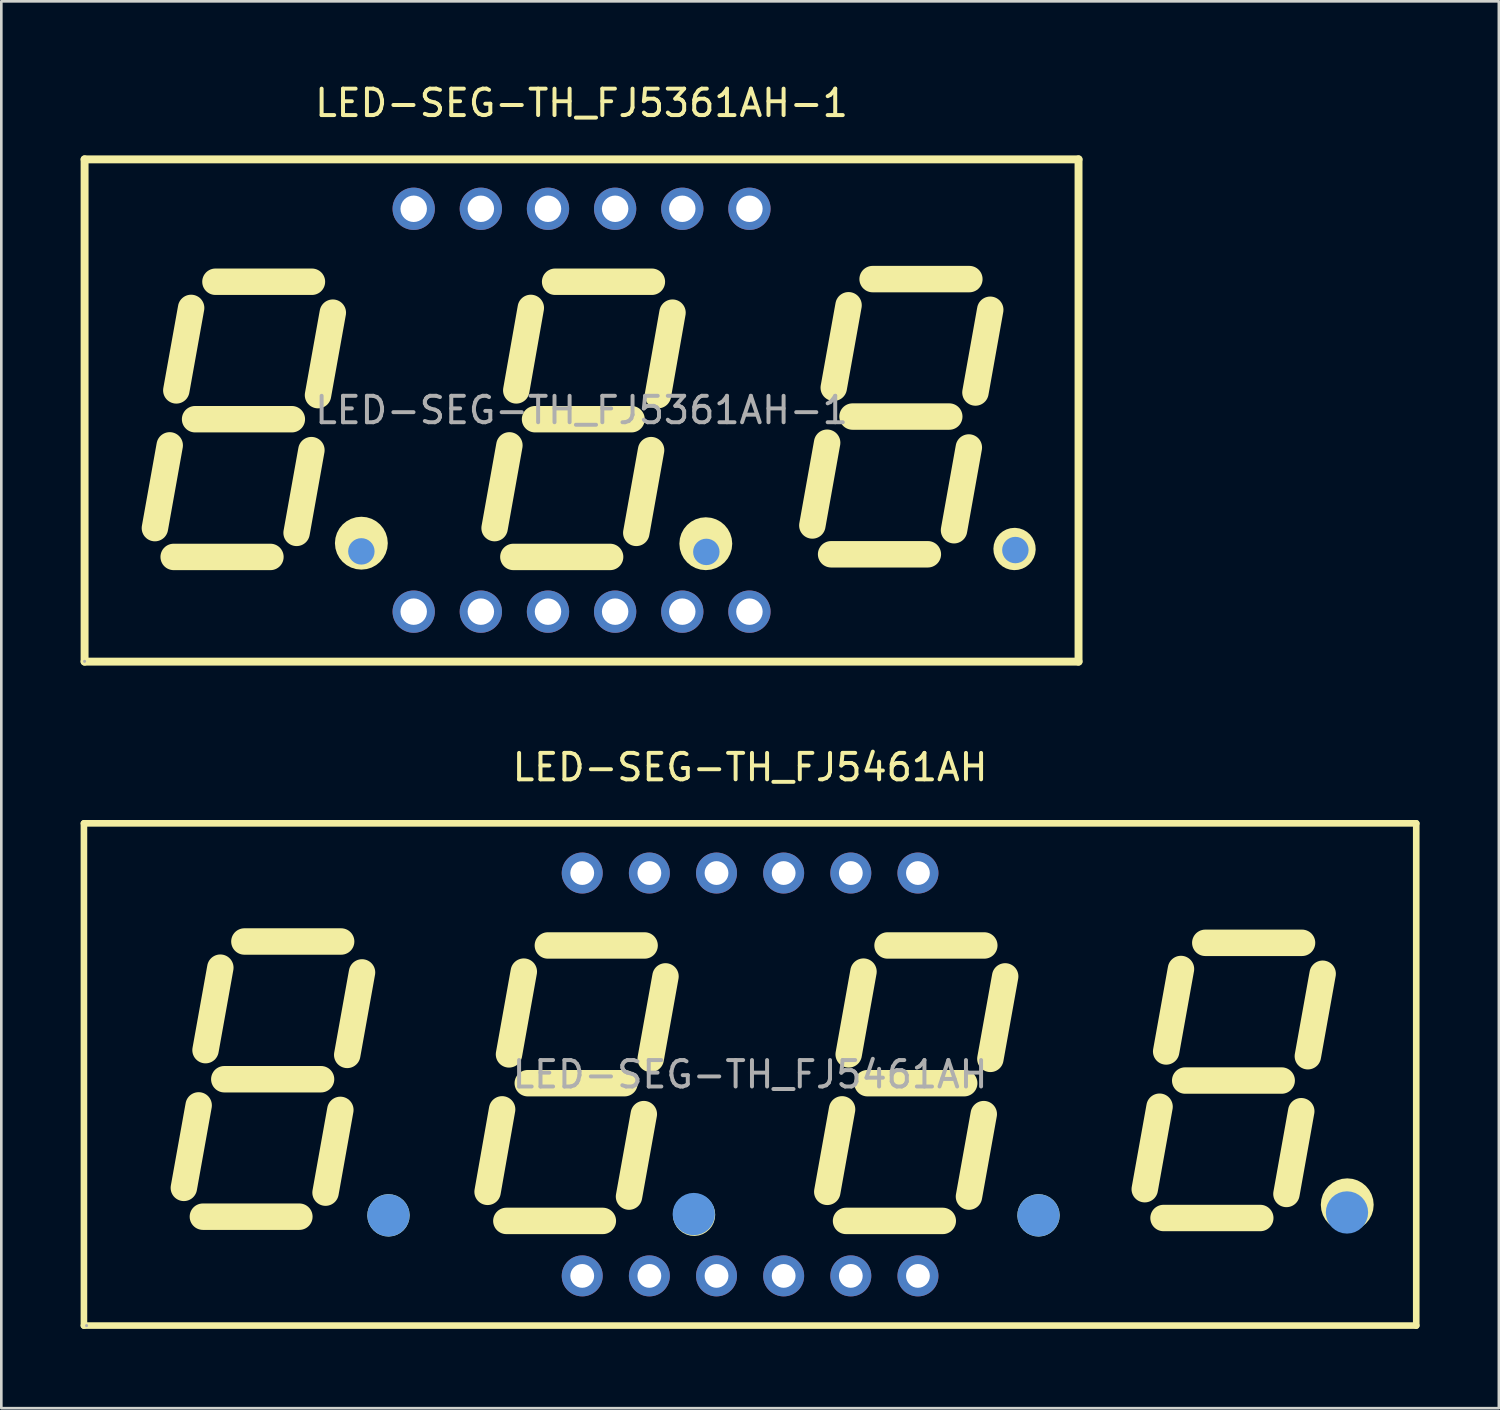
<source format=kicad_pcb>
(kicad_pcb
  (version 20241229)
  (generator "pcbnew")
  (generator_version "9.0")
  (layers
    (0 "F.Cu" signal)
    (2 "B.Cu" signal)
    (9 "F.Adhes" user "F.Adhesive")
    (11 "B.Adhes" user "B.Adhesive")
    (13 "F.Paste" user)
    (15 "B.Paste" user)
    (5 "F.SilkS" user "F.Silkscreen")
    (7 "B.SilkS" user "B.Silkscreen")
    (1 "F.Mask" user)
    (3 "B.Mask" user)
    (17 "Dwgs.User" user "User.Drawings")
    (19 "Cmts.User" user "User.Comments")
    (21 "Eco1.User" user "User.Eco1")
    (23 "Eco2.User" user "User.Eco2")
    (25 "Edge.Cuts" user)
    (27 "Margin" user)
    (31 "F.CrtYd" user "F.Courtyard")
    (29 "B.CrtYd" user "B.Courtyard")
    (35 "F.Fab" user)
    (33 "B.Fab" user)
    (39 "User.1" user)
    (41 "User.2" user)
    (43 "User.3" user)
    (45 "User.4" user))
  (footprint "LED-SEG-TH_FJ5361AH-1"
    (layer "F.Cu")
    (at 18.95 12.468)
    (property "Reference" "LED-SEG-TH_FJ5361AH-1" (at 0 -11.62 0) (layer "F.SilkS") (effects (font (size 1 1) (thickness 0.15))))
    (attr through_hole)
    (fp_line (start -18.8 -9.49) (end -18.8 9.51) (stroke (width 0.3) (type solid)) (layer "F.SilkS"))
    (fp_line (start -18.8 9.51) (end 18.8 9.51) (stroke (width 0.3) (type solid)) (layer "F.SilkS"))
    (fp_line (start -16.14 4.46) (end -15.58 1.33) (stroke (width 1) (type solid)) (layer "F.SilkS"))
    (fp_line (start -15.33 -0.75) (end -14.77 -3.87) (stroke (width 1) (type solid)) (layer "F.SilkS"))
    (fp_line (start -11.77 5.55) (end -15.43 5.55) (stroke (width 1) (type solid)) (layer "F.SilkS"))
    (fp_line (start -10.96 0.34) (end -14.62 0.34) (stroke (width 1) (type solid)) (layer "F.SilkS"))
    (fp_line (start -10.78 4.64) (end -10.22 1.51) (stroke (width 1) (type solid)) (layer "F.SilkS"))
    (fp_line (start -10.2 -4.86) (end -13.85 -4.86) (stroke (width 1) (type solid)) (layer "F.SilkS"))
    (fp_line (start -9.97 -0.57) (end -9.41 -3.69) (stroke (width 1) (type solid)) (layer "F.SilkS"))
    (fp_line (start -3.29 4.46) (end -2.73 1.33) (stroke (width 1) (type solid)) (layer "F.SilkS"))
    (fp_line (start -2.47 -0.75) (end -1.92 -3.87) (stroke (width 1) (type solid)) (layer "F.SilkS"))
    (fp_line (start 1.08 5.55) (end -2.58 5.55) (stroke (width 1) (type solid)) (layer "F.SilkS"))
    (fp_line (start 1.89 0.34) (end -1.76 0.34) (stroke (width 1) (type solid)) (layer "F.SilkS"))
    (fp_line (start 2.07 4.64) (end 2.63 1.51) (stroke (width 1) (type solid)) (layer "F.SilkS"))
    (fp_line (start 2.66 -4.86) (end -1 -4.86) (stroke (width 1) (type solid)) (layer "F.SilkS"))
    (fp_line (start 2.89 -0.57) (end 3.44 -3.69) (stroke (width 1) (type solid)) (layer "F.SilkS"))
    (fp_line (start 8.73 4.36) (end 9.29 1.23) (stroke (width 1) (type solid)) (layer "F.SilkS"))
    (fp_line (start 9.54 -0.85) (end 10.1 -3.97) (stroke (width 1) (type solid)) (layer "F.SilkS"))
    (fp_line (start 13.1 5.45) (end 9.44 5.45) (stroke (width 1) (type solid)) (layer "F.SilkS"))
    (fp_line (start 13.91 0.24) (end 10.25 0.24) (stroke (width 1) (type solid)) (layer "F.SilkS"))
    (fp_line (start 14.09 4.54) (end 14.65 1.41) (stroke (width 1) (type solid)) (layer "F.SilkS"))
    (fp_line (start 14.67 -4.96) (end 11.01 -4.96) (stroke (width 1) (type solid)) (layer "F.SilkS"))
    (fp_line (start 14.9 -0.67) (end 15.46 -3.8) (stroke (width 1) (type solid)) (layer "F.SilkS"))
    (fp_line (start 18.8 -9.49) (end -18.8 -9.49) (stroke (width 0.3) (type solid)) (layer "F.SilkS"))
    (fp_line (start 18.8 9.51) (end 18.8 -9.49) (stroke (width 0.3) (type solid)) (layer "F.SilkS"))
    (fp_arc (start -8.33 5.03) (mid -8.33 5.03) (end -8.33 5.03) (stroke (width 1) (type solid)) (layer "F.SilkS"))
    (fp_arc (start 4.7 5.05) (mid 4.7 5.05) (end 4.7 5.05) (stroke (width 1) (type solid)) (layer "F.SilkS"))
    (fp_arc (start 16.39 4.95) (mid 16.375001 5.550125) (end 16.379996 4.949833) (stroke (width 1) (type solid)) (layer "F.SilkS"))
    (fp_circle (center -8.33 5.34) (end -8.08 5.34) (stroke (width 0.5) (type solid)) (fill no) (layer "Cmts.User"))
    (fp_circle (center 4.72 5.36) (end 4.97 5.36) (stroke (width 0.5) (type solid)) (fill no) (layer "Cmts.User"))
    (fp_circle (center 16.41 5.29) (end 16.66 5.29) (stroke (width 0.5) (type solid)) (fill no) (layer "Cmts.User"))
    (fp_circle (center -18.8 9.5) (end -18.77 9.5) (stroke (width 0.06) (type solid)) (fill no) (layer "F.Fab"))
    (fp_circle (center -6.35 -7.62) (end -6.22 -7.62) (stroke (width 0.25) (type solid)) (fill no) (layer "F.Fab"))
    (fp_circle (center -6.35 7.62) (end -6.22 7.62) (stroke (width 0.25) (type solid)) (fill no) (layer "F.Fab"))
    (fp_circle (center -3.81 -7.62) (end -3.68 -7.62) (stroke (width 0.25) (type solid)) (fill no) (layer "F.Fab"))
    (fp_circle (center -3.81 7.62) (end -3.68 7.62) (stroke (width 0.25) (type solid)) (fill no) (layer "F.Fab"))
    (fp_circle (center -1.27 -7.62) (end -1.14 -7.62) (stroke (width 0.25) (type solid)) (fill no) (layer "F.Fab"))
    (fp_circle (center -1.27 7.62) (end -1.14 7.62) (stroke (width 0.25) (type solid)) (fill no) (layer "F.Fab"))
    (fp_circle (center 1.27 -7.62) (end 1.4 -7.62) (stroke (width 0.25) (type solid)) (fill no) (layer "F.Fab"))
    (fp_circle (center 1.27 7.62) (end 1.4 7.62) (stroke (width 0.25) (type solid)) (fill no) (layer "F.Fab"))
    (fp_circle (center 3.81 -7.62) (end 3.94 -7.62) (stroke (width 0.25) (type solid)) (fill no) (layer "F.Fab"))
    (fp_circle (center 3.81 7.62) (end 3.94 7.62) (stroke (width 0.25) (type solid)) (fill no) (layer "F.Fab"))
    (fp_circle (center 6.35 -7.62) (end 6.48 -7.62) (stroke (width 0.25) (type solid)) (fill no) (layer "F.Fab"))
    (fp_circle (center 6.35 7.62) (end 6.48 7.62) (stroke (width 0.25) (type solid)) (fill no) (layer "F.Fab"))
    (fp_text user "${REFERENCE}" (at 0 0 0) (layer "F.Fab") (effects (font (size 1 1) (thickness 0.15))))
    (pad "1" thru_hole circle (at -6.35 7.62 270) (size 1.6 1.6) (drill 1) (layers "*.Cu" "*.Paste" "*.Mask"))
    (pad "2" thru_hole circle (at -3.81 7.62 270) (size 1.6 1.6) (drill 1) (layers "*.Cu" "*.Paste" "*.Mask"))
    (pad "3" thru_hole circle (at -1.27 7.62 270) (size 1.6 1.6) (drill 1) (layers "*.Cu" "*.Paste" "*.Mask"))
    (pad "4" thru_hole circle (at 1.27 7.62 270) (size 1.6 1.6) (drill 1) (layers "*.Cu" "*.Paste" "*.Mask"))
    (pad "5" thru_hole circle (at 3.81 7.62 270) (size 1.6 1.6) (drill 1) (layers "*.Cu" "*.Paste" "*.Mask"))
    (pad "6" thru_hole circle (at 6.35 7.62 270) (size 1.6 1.6) (drill 1) (layers "*.Cu" "*.Paste" "*.Mask"))
    (pad "7" thru_hole circle (at 6.35 -7.62 270) (size 1.6 1.6) (drill 1) (layers "*.Cu" "*.Paste" "*.Mask"))
    (pad "8" thru_hole circle (at 3.81 -7.62 270) (size 1.6 1.6) (drill 1) (layers "*.Cu" "*.Paste" "*.Mask"))
    (pad "9" thru_hole circle (at 1.27 -7.62 270) (size 1.6 1.6) (drill 1) (layers "*.Cu" "*.Paste" "*.Mask"))
    (pad "10" thru_hole circle (at -1.27 -7.62 270) (size 1.6 1.6) (drill 1) (layers "*.Cu" "*.Paste" "*.Mask"))
    (pad "11" thru_hole circle (at -3.81 -7.62 270) (size 1.6 1.6) (drill 1) (layers "*.Cu" "*.Paste" "*.Mask"))
    (pad "12" thru_hole circle (at -6.35 -7.62 270) (size 1.6 1.6) (drill 1) (layers "*.Cu" "*.Paste" "*.Mask")))
  (footprint "LED-SEG-TH_FJ5461AH"
    (layer "F.Cu")
    (at 25.325 37.596)
    (property "Reference" "LED-SEG-TH_FJ5461AH" (at 0 -11.62 0) (layer "F.SilkS") (effects (font (size 1 1) (thickness 0.15))))
    (attr through_hole)
    (fp_line (start -25.2 -9.5) (end -25.2 9.5) (stroke (width 0.25) (type solid)) (layer "F.SilkS"))
    (fp_line (start -25.2 -9.5) (end 25.2 -9.5) (stroke (width 0.25) (type solid)) (layer "F.SilkS"))
    (fp_line (start -25.2 9.5) (end 25.2 9.5) (stroke (width 0.25) (type solid)) (layer "F.SilkS"))
    (fp_line (start -21.42 4.29) (end -20.86 1.17) (stroke (width 1) (type solid)) (layer "F.SilkS"))
    (fp_line (start -20.6 -0.92) (end -20.04 -4.04) (stroke (width 1) (type solid)) (layer "F.SilkS"))
    (fp_line (start -17.05 5.38) (end -20.7 5.38) (stroke (width 1) (type solid)) (layer "F.SilkS"))
    (fp_line (start -16.23 0.18) (end -19.89 0.18) (stroke (width 1) (type solid)) (layer "F.SilkS"))
    (fp_line (start -16.06 4.47) (end -15.5 1.34) (stroke (width 1) (type solid)) (layer "F.SilkS"))
    (fp_line (start -15.47 -5.03) (end -19.13 -5.03) (stroke (width 1) (type solid)) (layer "F.SilkS"))
    (fp_line (start -15.24 -0.74) (end -14.68 -3.86) (stroke (width 1) (type solid)) (layer "F.SilkS"))
    (fp_line (start -9.93 4.44) (end -9.38 1.32) (stroke (width 1) (type solid)) (layer "F.SilkS"))
    (fp_line (start -9.12 -0.76) (end -8.56 -3.89) (stroke (width 1) (type solid)) (layer "F.SilkS"))
    (fp_line (start -5.57 5.54) (end -9.22 5.54) (stroke (width 1) (type solid)) (layer "F.SilkS"))
    (fp_line (start -4.75 0.33) (end -8.41 0.33) (stroke (width 1) (type solid)) (layer "F.SilkS"))
    (fp_line (start -4.58 4.62) (end -4.02 1.5) (stroke (width 1) (type solid)) (layer "F.SilkS"))
    (fp_line (start -3.99 -4.88) (end -7.65 -4.88) (stroke (width 1) (type solid)) (layer "F.SilkS"))
    (fp_line (start -3.76 -0.59) (end -3.2 -3.71) (stroke (width 1) (type solid)) (layer "F.SilkS"))
    (fp_line (start 2.92 4.44) (end 3.48 1.32) (stroke (width 1) (type solid)) (layer "F.SilkS"))
    (fp_line (start 3.73 -0.76) (end 4.29 -3.89) (stroke (width 1) (type solid)) (layer "F.SilkS"))
    (fp_line (start 7.29 5.54) (end 3.63 5.54) (stroke (width 1) (type solid)) (layer "F.SilkS"))
    (fp_line (start 8.1 0.33) (end 4.44 0.33) (stroke (width 1) (type solid)) (layer "F.SilkS"))
    (fp_line (start 8.28 4.62) (end 8.84 1.5) (stroke (width 1) (type solid)) (layer "F.SilkS"))
    (fp_line (start 8.86 -4.88) (end 5.2 -4.88) (stroke (width 1) (type solid)) (layer "F.SilkS"))
    (fp_line (start 9.09 -0.59) (end 9.65 -3.71) (stroke (width 1) (type solid)) (layer "F.SilkS"))
    (fp_line (start 14.93 4.34) (end 15.49 1.22) (stroke (width 1) (type solid)) (layer "F.SilkS"))
    (fp_line (start 15.74 -0.87) (end 16.3 -3.99) (stroke (width 1) (type solid)) (layer "F.SilkS"))
    (fp_line (start 19.3 5.43) (end 15.64 5.43) (stroke (width 1) (type solid)) (layer "F.SilkS"))
    (fp_line (start 20.11 0.23) (end 16.46 0.23) (stroke (width 1) (type solid)) (layer "F.SilkS"))
    (fp_line (start 20.29 4.52) (end 20.85 1.39) (stroke (width 1) (type solid)) (layer "F.SilkS"))
    (fp_line (start 20.88 -4.98) (end 17.22 -4.98) (stroke (width 1) (type solid)) (layer "F.SilkS"))
    (fp_line (start 21.1 -0.69) (end 21.66 -3.81) (stroke (width 1) (type solid)) (layer "F.SilkS"))
    (fp_line (start 25.2 -9.5) (end 25.2 9.5) (stroke (width 0.25) (type solid)) (layer "F.SilkS"))
    (fp_arc (start -13.68 5.03) (mid -13.675 5.629958) (end -13.689999 5.030167) (stroke (width 1) (type solid)) (layer "F.SilkS"))
    (fp_arc (start -2.12 5.01) (mid -2.115 5.609958) (end -2.129999 5.010167) (stroke (width 1) (type solid)) (layer "F.SilkS"))
    (fp_arc (start 10.91 5.03) (mid 10.915 5.629958) (end 10.900001 5.030167) (stroke (width 1) (type solid)) (layer "F.SilkS"))
    (fp_arc (start 22.59 4.93) (mid 22.59 4.93) (end 22.59 4.93) (stroke (width 1) (type solid)) (layer "F.SilkS"))
    (fp_circle (center -13.68 5.33) (end -13.28 5.33) (stroke (width 0.8) (type solid)) (fill no) (layer "Cmts.User"))
    (fp_circle (center -2.13 5.28) (end -1.73 5.28) (stroke (width 0.8) (type solid)) (fill no) (layer "Cmts.User"))
    (fp_circle (center 10.91 5.33) (end 11.31 5.33) (stroke (width 0.8) (type solid)) (fill no) (layer "Cmts.User"))
    (fp_circle (center 22.58 5.22) (end 22.98 5.22) (stroke (width 0.8) (type solid)) (fill no) (layer "Cmts.User"))
    (fp_circle (center -25.1 9.5) (end -25.07 9.5) (stroke (width 0.06) (type solid)) (fill no) (layer "F.Fab"))
    (fp_circle (center -6.35 -7.62) (end -6.22 -7.62) (stroke (width 0.25) (type solid)) (fill no) (layer "F.Fab"))
    (fp_circle (center -6.35 7.62) (end -6.22 7.62) (stroke (width 0.25) (type solid)) (fill no) (layer "F.Fab"))
    (fp_circle (center -3.81 -7.62) (end -3.68 -7.62) (stroke (width 0.25) (type solid)) (fill no) (layer "F.Fab"))
    (fp_circle (center -3.81 7.62) (end -3.68 7.62) (stroke (width 0.25) (type solid)) (fill no) (layer "F.Fab"))
    (fp_circle (center -1.27 -7.62) (end -1.14 -7.62) (stroke (width 0.25) (type solid)) (fill no) (layer "F.Fab"))
    (fp_circle (center -1.27 7.62) (end -1.14 7.62) (stroke (width 0.25) (type solid)) (fill no) (layer "F.Fab"))
    (fp_circle (center 1.27 -7.62) (end 1.4 -7.62) (stroke (width 0.25) (type solid)) (fill no) (layer "F.Fab"))
    (fp_circle (center 1.27 7.62) (end 1.4 7.62) (stroke (width 0.25) (type solid)) (fill no) (layer "F.Fab"))
    (fp_circle (center 3.81 -7.62) (end 3.94 -7.62) (stroke (width 0.25) (type solid)) (fill no) (layer "F.Fab"))
    (fp_circle (center 3.81 7.62) (end 3.94 7.62) (stroke (width 0.25) (type solid)) (fill no) (layer "F.Fab"))
    (fp_circle (center 6.35 -7.62) (end 6.48 -7.62) (stroke (width 0.25) (type solid)) (fill no) (layer "F.Fab"))
    (fp_circle (center 6.35 7.62) (end 6.48 7.62) (stroke (width 0.25) (type solid)) (fill no) (layer "F.Fab"))
    (fp_text user "${REFERENCE}" (at 0 0 0) (layer "F.Fab") (effects (font (size 1 1) (thickness 0.15))))
    (pad "1" thru_hole circle (at -6.35 7.62 270) (size 1.55 1.55) (drill 0.9) (layers "*.Cu" "*.Paste" "*.Mask"))
    (pad "2" thru_hole circle (at -3.81 7.62 270) (size 1.55 1.55) (drill 0.9) (layers "*.Cu" "*.Paste" "*.Mask"))
    (pad "3" thru_hole circle (at -1.27 7.62 270) (size 1.55 1.55) (drill 0.9) (layers "*.Cu" "*.Paste" "*.Mask"))
    (pad "4" thru_hole circle (at 1.27 7.62 270) (size 1.55 1.55) (drill 0.9) (layers "*.Cu" "*.Paste" "*.Mask"))
    (pad "5" thru_hole circle (at 3.81 7.62 270) (size 1.55 1.55) (drill 0.9) (layers "*.Cu" "*.Paste" "*.Mask"))
    (pad "6" thru_hole circle (at 6.35 7.62 270) (size 1.55 1.55) (drill 0.9) (layers "*.Cu" "*.Paste" "*.Mask"))
    (pad "7" thru_hole circle (at 6.35 -7.62 270) (size 1.55 1.55) (drill 0.9) (layers "*.Cu" "*.Paste" "*.Mask"))
    (pad "8" thru_hole circle (at 3.81 -7.62 270) (size 1.55 1.55) (drill 0.9) (layers "*.Cu" "*.Paste" "*.Mask"))
    (pad "9" thru_hole circle (at 1.27 -7.62 270) (size 1.55 1.55) (drill 0.9) (layers "*.Cu" "*.Paste" "*.Mask"))
    (pad "10" thru_hole circle (at -1.27 -7.62 270) (size 1.55 1.55) (drill 0.9) (layers "*.Cu" "*.Paste" "*.Mask"))
    (pad "11" thru_hole circle (at -3.81 -7.62 270) (size 1.55 1.55) (drill 0.9) (layers "*.Cu" "*.Paste" "*.Mask"))
    (pad "12" thru_hole circle (at -6.35 -7.62 270) (size 1.55 1.55) (drill 0.9) (layers "*.Cu" "*.Paste" "*.Mask")))
  (gr_rect
    (start -3 -3)
    (end 53.65 50.221)
    (stroke (width 0.1) (type default))
    (fill no)
    (layer "Edge.Cuts")))
</source>
